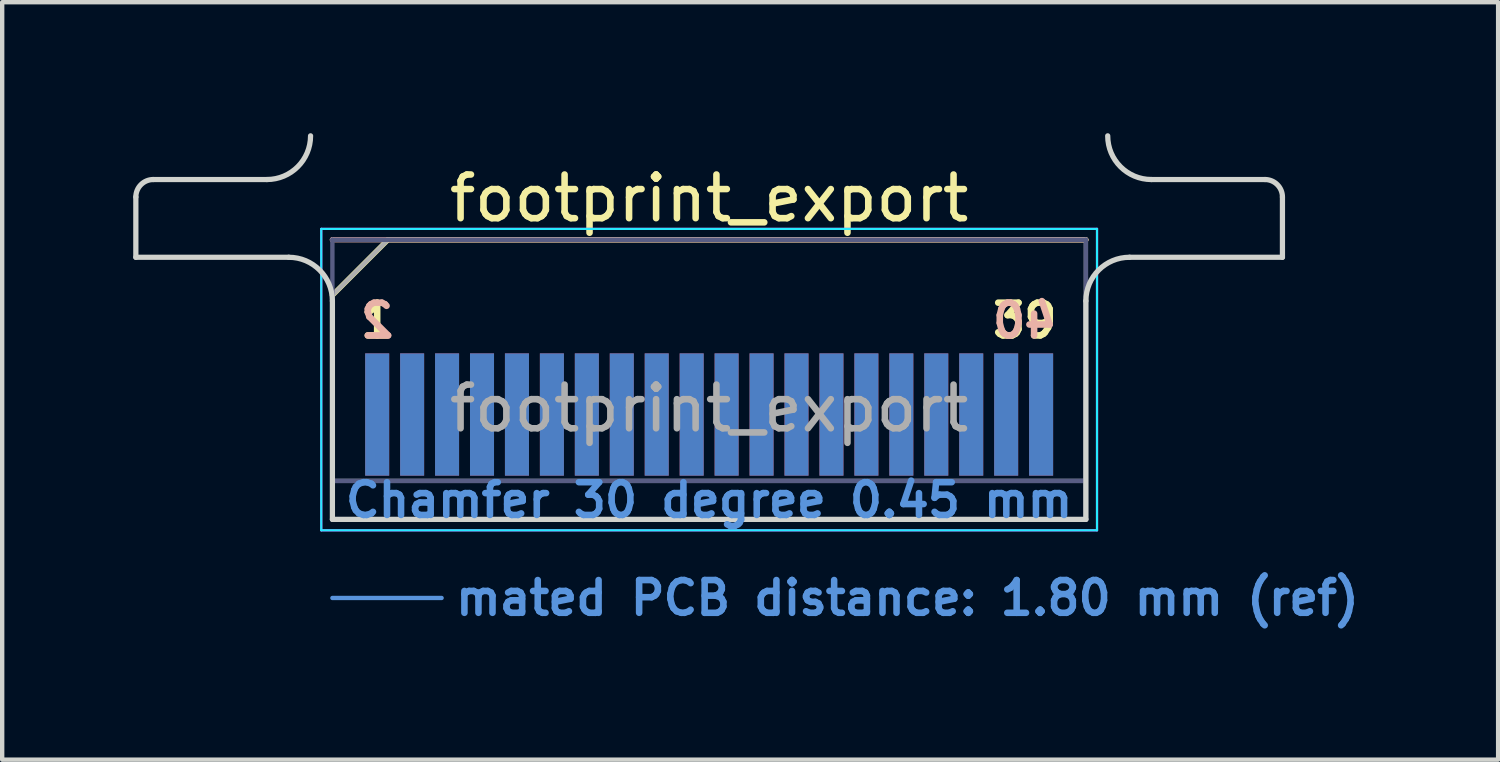
<source format=kicad_pcb>
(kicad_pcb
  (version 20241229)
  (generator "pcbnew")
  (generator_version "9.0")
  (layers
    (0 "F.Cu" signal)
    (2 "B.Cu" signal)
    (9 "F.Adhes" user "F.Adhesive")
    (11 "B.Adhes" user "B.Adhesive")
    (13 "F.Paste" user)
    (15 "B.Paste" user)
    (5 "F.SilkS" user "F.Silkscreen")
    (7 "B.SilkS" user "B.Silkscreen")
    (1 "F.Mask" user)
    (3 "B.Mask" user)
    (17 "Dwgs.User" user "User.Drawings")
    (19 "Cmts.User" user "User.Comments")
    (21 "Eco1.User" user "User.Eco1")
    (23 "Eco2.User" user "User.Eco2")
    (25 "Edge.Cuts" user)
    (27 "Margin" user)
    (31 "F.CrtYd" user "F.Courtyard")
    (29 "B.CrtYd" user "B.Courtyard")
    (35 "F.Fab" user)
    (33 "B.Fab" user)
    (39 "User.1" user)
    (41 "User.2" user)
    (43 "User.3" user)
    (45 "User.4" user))
  (footprint "footprint_export"
    (layer "F.Cu")
    (at 13.185 8.84)
    (property "Reference" "footprint_export" (at 0 -7.35 0) (layer "F.SilkS") (effects (font (size 1 1) (thickness 0.15))))
    (attr exclude_from_pos_files exclude_from_bom)
    (fp_line (start -8.625 -5.13) (end -7.355 -6.4) (stroke (width 0.12) (type solid)) (layer "F.SilkS"))
    (fp_line (start -7.355 -6.4) (end 8.625 -6.4) (stroke (width 0.12) (type solid)) (layer "F.SilkS"))
    (fp_line (start -8.625 -6.4) (end -8.625 -6.4) (stroke (width 0.12) (type solid)) (layer "B.SilkS"))
    (fp_line (start -8.625 -6.4) (end 8.625 -6.4) (stroke (width 0.12) (type solid)) (layer "B.SilkS"))
    (fp_line (start -8.625 1.8) (end -6.125 1.8) (stroke (width 0.1) (type solid)) (layer "Cmts.User"))
    (fp_line (start -13.125 -6) (end -13.125 -7.38) (stroke (width 0.12) (type solid)) (layer "Edge.Cuts"))
    (fp_line (start -12.725 -7.78) (end -10.125 -7.78) (stroke (width 0.12) (type solid)) (layer "Edge.Cuts"))
    (fp_line (start -9.625 -6) (end -13.125 -6) (stroke (width 0.12) (type solid)) (layer "Edge.Cuts"))
    (fp_line (start -8.625 -5) (end -8.625 0) (stroke (width 0.12) (type solid)) (layer "Edge.Cuts"))
    (fp_line (start -8.625 0) (end 8.625 0) (stroke (width 0.12) (type solid)) (layer "Edge.Cuts"))
    (fp_line (start 8.625 0) (end 8.625 -5) (stroke (width 0.12) (type solid)) (layer "Edge.Cuts"))
    (fp_line (start 9.625 -6) (end 13.125 -6) (stroke (width 0.12) (type solid)) (layer "Edge.Cuts"))
    (fp_line (start 12.725 -7.78) (end 10.125 -7.78) (stroke (width 0.12) (type solid)) (layer "Edge.Cuts"))
    (fp_line (start 13.125 -6) (end 13.125 -7.38) (stroke (width 0.12) (type solid)) (layer "Edge.Cuts"))
    (fp_arc (start -13.125 -7.38) (mid -13.007843 -7.662843) (end -12.725 -7.78) (stroke (width 0.12) (type solid)) (layer "Edge.Cuts"))
    (fp_arc (start -9.625 -6) (mid -8.917893 -5.707107) (end -8.625 -5) (stroke (width 0.12) (type solid)) (layer "Edge.Cuts"))
    (fp_arc (start -9.125 -8.78) (mid -9.417893 -8.072893) (end -10.125 -7.78) (stroke (width 0.12) (type solid)) (layer "Edge.Cuts"))
    (fp_arc (start 8.625 -5) (mid 8.917893 -5.707107) (end 9.625 -6) (stroke (width 0.12) (type solid)) (layer "Edge.Cuts"))
    (fp_arc (start 10.125 -7.78) (mid 9.417893 -8.072893) (end 9.125 -8.78) (stroke (width 0.12) (type solid)) (layer "Edge.Cuts"))
    (fp_arc (start 12.725 -7.78) (mid 13.007843 -7.662843) (end 13.125 -7.38) (stroke (width 0.12) (type solid)) (layer "Edge.Cuts"))
    (fp_line (start -8.88 -6.65) (end -8.88 0.25) (stroke (width 0.05) (type solid)) (layer "B.CrtYd"))
    (fp_line (start -8.88 0.25) (end 8.88 0.25) (stroke (width 0.05) (type solid)) (layer "B.CrtYd"))
    (fp_line (start 8.88 -6.65) (end -8.88 -6.65) (stroke (width 0.05) (type solid)) (layer "B.CrtYd"))
    (fp_line (start 8.88 0.25) (end 8.88 -6.65) (stroke (width 0.05) (type solid)) (layer "B.CrtYd"))
    (fp_line (start -8.88 -6.65) (end -8.88 0.25) (stroke (width 0.05) (type solid)) (layer "F.CrtYd"))
    (fp_line (start -8.88 0.25) (end 8.88 0.25) (stroke (width 0.05) (type solid)) (layer "F.CrtYd"))
    (fp_line (start 8.88 -6.65) (end -8.88 -6.65) (stroke (width 0.05) (type solid)) (layer "F.CrtYd"))
    (fp_line (start 8.88 0.25) (end 8.88 -6.65) (stroke (width 0.05) (type solid)) (layer "F.CrtYd"))
    (fp_line (start -8.625 -6.4) (end -8.625 -6.4) (stroke (width 0.1) (type solid)) (layer "B.Fab"))
    (fp_line (start -8.625 -6.4) (end -8.625 0) (stroke (width 0.1) (type solid)) (layer "B.Fab"))
    (fp_line (start -8.625 -6.4) (end 8.625 -6.4) (stroke (width 0.1) (type solid)) (layer "B.Fab"))
    (fp_line (start -8.625 -0.88) (end 8.625 -0.88) (stroke (width 0.1) (type solid)) (layer "B.Fab"))
    (fp_line (start -8.625 0) (end 8.625 0) (stroke (width 0.1) (type solid)) (layer "B.Fab"))
    (fp_line (start 8.625 -6.4) (end 8.625 0) (stroke (width 0.1) (type solid)) (layer "B.Fab"))
    (fp_line (start -8.625 -5.13) (end -8.625 0) (stroke (width 0.1) (type solid)) (layer "F.Fab"))
    (fp_line (start -8.625 -5.13) (end -7.355 -6.4) (stroke (width 0.1) (type solid)) (layer "F.Fab"))
    (fp_line (start -8.625 -0.88) (end 8.625 -0.88) (stroke (width 0.1) (type solid)) (layer "F.Fab"))
    (fp_line (start -8.625 0) (end 8.625 0) (stroke (width 0.1) (type solid)) (layer "F.Fab"))
    (fp_line (start -7.355 -6.4) (end 8.625 -6.4) (stroke (width 0.1) (type solid)) (layer "F.Fab"))
    (fp_line (start 8.625 -6.4) (end 8.625 0) (stroke (width 0.1) (type solid)) (layer "F.Fab"))
    (fp_text user "39" (at 7.225 -4.55 0) (layer "F.SilkS") (effects (font (size 0.75 0.75) (thickness 0.15))))
    (fp_text user "1" (at -7.6 -4.55 0) (layer "F.SilkS") (effects (font (size 0.75 0.75) (thickness 0.15))))
    (fp_text user "2" (at -7.6 -4.55 0) (layer "B.SilkS") (effects (font (size 0.75 0.75) (thickness 0.15)) (justify mirror)))
    (fp_text user "40" (at 7.225 -4.55 0) (layer "B.SilkS") (effects (font (size 0.75 0.75) (thickness 0.15)) (justify mirror)))
    (fp_text user "mated PCB distance: 1.80 mm (ref)" (at -5.88 1.8 0) (layer "Cmts.User") (effects (font (size 0.75 0.75) (thickness 0.15)) (justify left)))
    (fp_text user "Chamfer 30 degree 0.45 mm" (at 0 -0.44 0) (layer "Cmts.User") (effects (font (size 0.75 0.75) (thickness 0.15))))
    (fp_text user "${REFERENCE}" (at 0 -2.54 0) (layer "F.Fab") (effects (font (size 1 1) (thickness 0.15))))
    (pad "1" connect rect (at -7.6 -2.4) (size 0.55 2.8) (layers "F.Cu" "F.Mask"))
    (pad "2" connect rect (at -7.6 -2.4) (size 0.55 2.8) (layers "B.Cu" "B.Mask"))
    (pad "3" connect rect (at -6.8 -2.4) (size 0.55 2.8) (layers "F.Cu" "F.Mask"))
    (pad "4" connect rect (at -6.8 -2.4) (size 0.55 2.8) (layers "B.Cu" "B.Mask"))
    (pad "5" connect rect (at -6 -2.4) (size 0.55 2.8) (layers "F.Cu" "F.Mask"))
    (pad "6" connect rect (at -6 -2.4) (size 0.55 2.8) (layers "B.Cu" "B.Mask"))
    (pad "7" connect rect (at -5.2 -2.4) (size 0.55 2.8) (layers "F.Cu" "F.Mask"))
    (pad "8" connect rect (at -5.2 -2.4) (size 0.55 2.8) (layers "B.Cu" "B.Mask"))
    (pad "9" connect rect (at -4.4 -2.4) (size 0.55 2.8) (layers "F.Cu" "F.Mask"))
    (pad "10" connect rect (at -4.4 -2.4) (size 0.55 2.8) (layers "B.Cu" "B.Mask"))
    (pad "11" connect rect (at -3.6 -2.4) (size 0.55 2.8) (layers "F.Cu" "F.Mask"))
    (pad "12" connect rect (at -3.6 -2.4) (size 0.55 2.8) (layers "B.Cu" "B.Mask"))
    (pad "13" connect rect (at -2.8 -2.4) (size 0.55 2.8) (layers "F.Cu" "F.Mask"))
    (pad "14" connect rect (at -2.8 -2.4) (size 0.55 2.8) (layers "B.Cu" "B.Mask"))
    (pad "15" connect rect (at -2 -2.4) (size 0.55 2.8) (layers "F.Cu" "F.Mask"))
    (pad "16" connect rect (at -2 -2.4) (size 0.55 2.8) (layers "B.Cu" "B.Mask"))
    (pad "17" connect rect (at -1.2 -2.4) (size 0.55 2.8) (layers "F.Cu" "F.Mask"))
    (pad "18" connect rect (at -1.2 -2.4) (size 0.55 2.8) (layers "B.Cu" "B.Mask"))
    (pad "19" connect rect (at -0.4 -2.4) (size 0.55 2.8) (layers "F.Cu" "F.Mask"))
    (pad "20" connect rect (at -0.4 -2.4) (size 0.55 2.8) (layers "B.Cu" "B.Mask"))
    (pad "21" connect rect (at 0.4 -2.4) (size 0.55 2.8) (layers "F.Cu" "F.Mask"))
    (pad "22" connect rect (at 0.4 -2.4) (size 0.55 2.8) (layers "B.Cu" "B.Mask"))
    (pad "23" connect rect (at 1.2 -2.4) (size 0.55 2.8) (layers "F.Cu" "F.Mask"))
    (pad "24" connect rect (at 1.2 -2.4) (size 0.55 2.8) (layers "B.Cu" "B.Mask"))
    (pad "25" connect rect (at 2 -2.4) (size 0.55 2.8) (layers "F.Cu" "F.Mask"))
    (pad "26" connect rect (at 2 -2.4) (size 0.55 2.8) (layers "B.Cu" "B.Mask"))
    (pad "27" connect rect (at 2.8 -2.4) (size 0.55 2.8) (layers "F.Cu" "F.Mask"))
    (pad "28" connect rect (at 2.8 -2.4) (size 0.55 2.8) (layers "B.Cu" "B.Mask"))
    (pad "29" connect rect (at 3.6 -2.4) (size 0.55 2.8) (layers "F.Cu" "F.Mask"))
    (pad "30" connect rect (at 3.6 -2.4) (size 0.55 2.8) (layers "B.Cu" "B.Mask"))
    (pad "31" connect rect (at 4.4 -2.4) (size 0.55 2.8) (layers "F.Cu" "F.Mask"))
    (pad "32" connect rect (at 4.4 -2.4) (size 0.55 2.8) (layers "B.Cu" "B.Mask"))
    (pad "33" connect rect (at 5.2 -2.4) (size 0.55 2.8) (layers "F.Cu" "F.Mask"))
    (pad "34" connect rect (at 5.2 -2.4) (size 0.55 2.8) (layers "B.Cu" "B.Mask"))
    (pad "35" connect rect (at 6 -2.4) (size 0.55 2.8) (layers "F.Cu" "F.Mask"))
    (pad "36" connect rect (at 6 -2.4) (size 0.55 2.8) (layers "B.Cu" "B.Mask"))
    (pad "37" connect rect (at 6.8 -2.4) (size 0.55 2.8) (layers "F.Cu" "F.Mask"))
    (pad "38" connect rect (at 6.8 -2.4) (size 0.55 2.8) (layers "B.Cu" "B.Mask"))
    (pad "39" connect rect (at 7.6 -2.4) (size 0.55 2.8) (layers "F.Cu" "F.Mask"))
    (pad "40" connect rect (at 7.6 -2.4) (size 0.55 2.8) (layers "B.Cu" "B.Mask")))
  (gr_rect
    (start -3 -3)
    (end 31.248 14.342)
    (stroke (width 0.1) (type default))
    (fill no)
    (layer "Edge.Cuts")))
</source>
